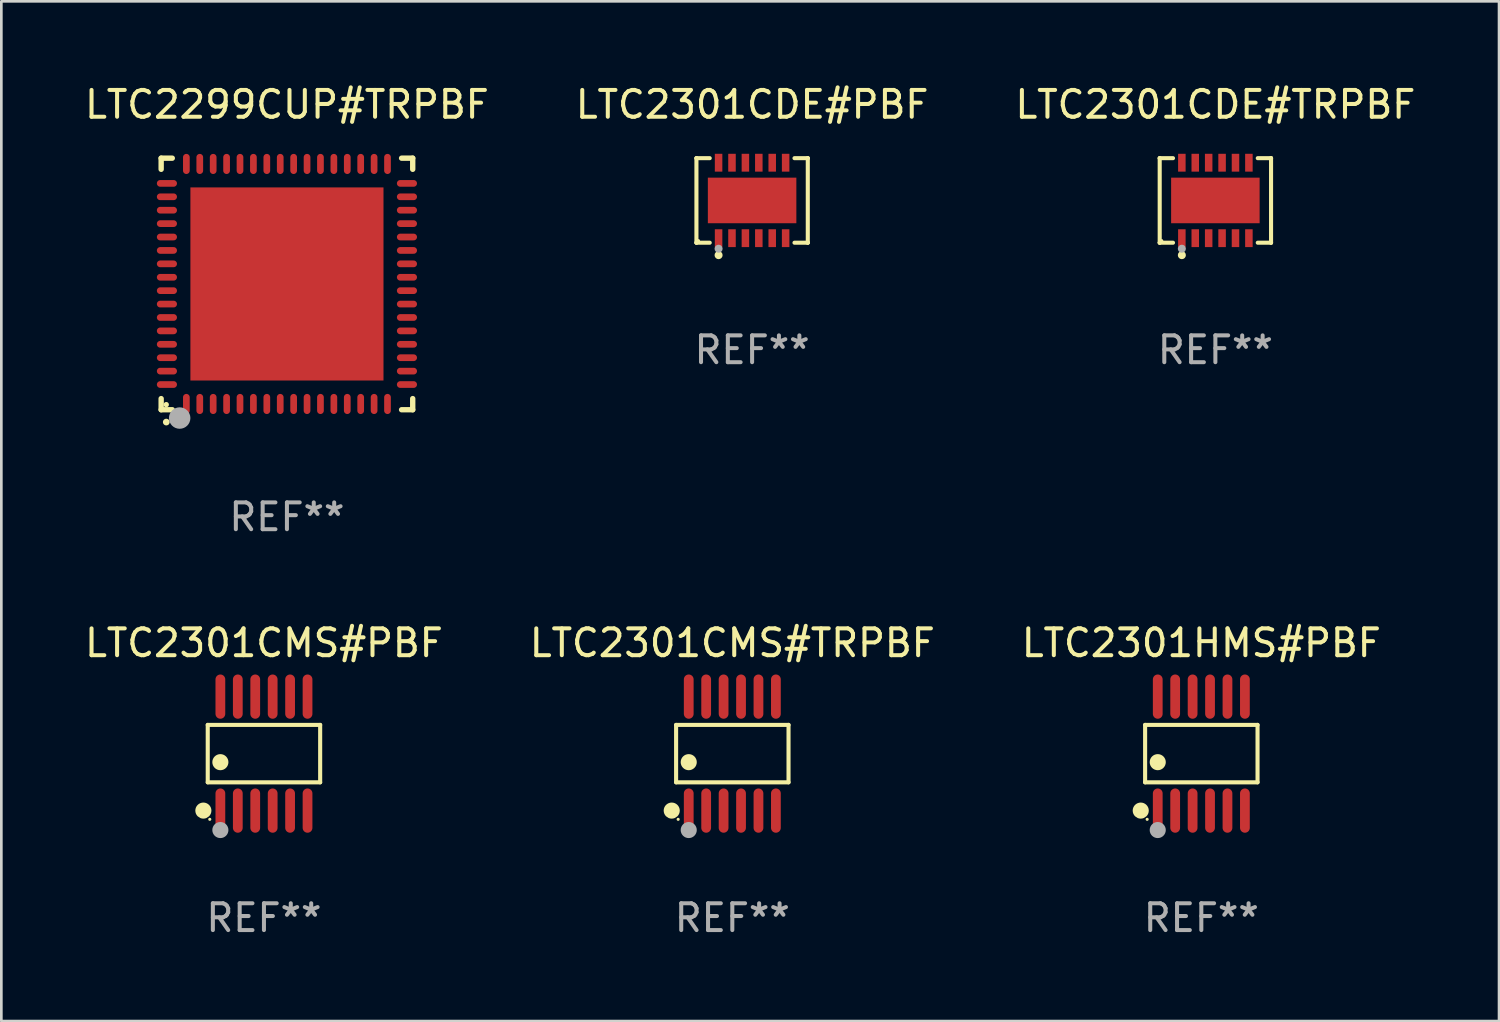
<source format=kicad_pcb>
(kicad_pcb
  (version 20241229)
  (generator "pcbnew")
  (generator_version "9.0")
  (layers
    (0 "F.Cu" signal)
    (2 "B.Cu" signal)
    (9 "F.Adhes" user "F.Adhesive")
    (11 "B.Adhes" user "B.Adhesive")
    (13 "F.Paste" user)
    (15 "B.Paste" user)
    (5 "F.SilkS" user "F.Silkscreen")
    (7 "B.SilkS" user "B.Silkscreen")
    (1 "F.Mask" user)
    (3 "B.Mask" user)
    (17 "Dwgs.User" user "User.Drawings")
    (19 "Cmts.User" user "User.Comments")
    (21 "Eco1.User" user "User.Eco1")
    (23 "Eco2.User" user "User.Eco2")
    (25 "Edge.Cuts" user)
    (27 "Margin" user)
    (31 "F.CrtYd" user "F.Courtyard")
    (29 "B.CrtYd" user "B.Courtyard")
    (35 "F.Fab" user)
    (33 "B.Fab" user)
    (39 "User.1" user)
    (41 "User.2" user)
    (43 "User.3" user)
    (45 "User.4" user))
  (footprint "LTC2301CMS#PBF"
    (layer "F.Cu")
    (at 6.792 25.05)
    (property "Reference" "LTC2301CMS#PBF" (at 0 -4.125 0) (layer "F.SilkS") (effects (font (size 1 1) (thickness 0.15))))
    (attr through_hole)
    (fp_line (start -2.096 -1.071) (end 2.096 -1.071) (stroke (width 0.152) (type solid)) (layer "F.SilkS"))
    (fp_line (start -2.096 1.071) (end -2.096 -1.071) (stroke (width 0.152) (type solid)) (layer "F.SilkS"))
    (fp_line (start 2.096 -1.071) (end 2.096 1.071) (stroke (width 0.152) (type solid)) (layer "F.SilkS"))
    (fp_line (start 2.096 1.071) (end -2.096 1.071) (stroke (width 0.152) (type solid)) (layer "F.SilkS"))
    (fp_circle (center -2.259 2.125) (end -2.109 2.125) (stroke (width 0.3) (type solid)) (fill no) (layer "F.SilkS"))
    (fp_circle (center -2.02 2.45) (end -1.99 2.45) (stroke (width 0.06) (type solid)) (fill no) (layer "F.SilkS"))
    (fp_circle (center -1.625 0.319) (end -1.475 0.319) (stroke (width 0.3) (type solid)) (fill no) (layer "F.SilkS"))
    (fp_circle (center -1.625 2.85) (end -1.475 2.85) (stroke (width 0.3) (type solid)) (fill no) (layer "F.Fab"))
    (fp_text user "REF**" (at 0 6.125 0) (layer "F.Fab") (effects (font (size 1 1) (thickness 0.15))))
    (pad "1" smd oval (at -1.625 2.125) (size 0.364 1.65) (layers "F.Cu" "F.Mask" "F.Paste"))
    (pad "2" smd oval (at -0.975 2.125) (size 0.364 1.65) (layers "F.Cu" "F.Mask" "F.Paste"))
    (pad "3" smd oval (at -0.325 2.125) (size 0.364 1.65) (layers "F.Cu" "F.Mask" "F.Paste"))
    (pad "4" smd oval (at 0.325 2.125) (size 0.364 1.65) (layers "F.Cu" "F.Mask" "F.Paste"))
    (pad "5" smd oval (at 0.975 2.125) (size 0.364 1.65) (layers "F.Cu" "F.Mask" "F.Paste"))
    (pad "6" smd oval (at 1.625 2.125) (size 0.364 1.65) (layers "F.Cu" "F.Mask" "F.Paste"))
    (pad "7" smd oval (at 1.625 -2.125) (size 0.364 1.65) (layers "F.Cu" "F.Mask" "F.Paste"))
    (pad "8" smd oval (at 0.975 -2.125) (size 0.364 1.65) (layers "F.Cu" "F.Mask" "F.Paste"))
    (pad "9" smd oval (at 0.325 -2.125) (size 0.364 1.65) (layers "F.Cu" "F.Mask" "F.Paste"))
    (pad "10" smd oval (at -0.325 -2.125) (size 0.364 1.65) (layers "F.Cu" "F.Mask" "F.Paste"))
    (pad "11" smd oval (at -0.975 -2.125) (size 0.364 1.65) (layers "F.Cu" "F.Mask" "F.Paste"))
    (pad "12" smd oval (at -1.625 -2.125) (size 0.364 1.65) (layers "F.Cu" "F.Mask" "F.Paste")))
  (footprint "LTC2299CUP#TRPBF"
    (layer "F.Cu")
    (at 7.649 7.538)
    (property "Reference" "LTC2299CUP#TRPBF" (at 0 -6.69 0) (layer "F.SilkS") (effects (font (size 1 1) (thickness 0.15))))
    (attr through_hole)
    (fp_line (start -4.69 -4.69) (end -4.275 -4.69) (stroke (width 0.2) (type solid)) (layer "F.SilkS"))
    (fp_line (start -4.69 -4.275) (end -4.69 -4.69) (stroke (width 0.2) (type solid)) (layer "F.SilkS"))
    (fp_line (start -4.69 4.69) (end -4.69 4.275) (stroke (width 0.2) (type solid)) (layer "F.SilkS"))
    (fp_line (start -4.275 4.69) (end -4.69 4.69) (stroke (width 0.2) (type solid)) (layer "F.SilkS"))
    (fp_line (start 4.275 4.69) (end 4.69 4.69) (stroke (width 0.2) (type solid)) (layer "F.SilkS"))
    (fp_line (start 4.69 -4.69) (end 4.275 -4.69) (stroke (width 0.2) (type solid)) (layer "F.SilkS"))
    (fp_line (start 4.69 -4.275) (end 4.69 -4.69) (stroke (width 0.2) (type solid)) (layer "F.SilkS"))
    (fp_line (start 4.69 4.69) (end 4.69 4.275) (stroke (width 0.2) (type solid)) (layer "F.SilkS"))
    (fp_arc (start -4.499886 5.15) (mid -4.498616 5.149994) (end -4.497346 5.15) (stroke (width 0.24892) (type solid)) (layer "F.SilkS"))
    (fp_circle (center -4.5 4.5) (end -4.45 4.5) (stroke (width 0.1) (type solid)) (fill no) (layer "F.SilkS"))
    (fp_circle (center -4 5) (end -3.8 5) (stroke (width 0.4) (type solid)) (fill no) (layer "F.Fab"))
    (fp_text user "REF**" (at 0 8.69 0) (layer "F.Fab") (effects (font (size 1 1) (thickness 0.15))))
    (pad "1" smd oval (at -3.75 4.475) (size 0.25 0.75) (layers "F.Cu" "F.Mask" "F.Paste"))
    (pad "2" smd oval (at -3.25 4.475) (size 0.25 0.75) (layers "F.Cu" "F.Mask" "F.Paste"))
    (pad "3" smd oval (at -2.75 4.475) (size 0.25 0.75) (layers "F.Cu" "F.Mask" "F.Paste"))
    (pad "4" smd oval (at -2.25 4.475) (size 0.25 0.75) (layers "F.Cu" "F.Mask" "F.Paste"))
    (pad "5" smd oval (at -1.75 4.475) (size 0.25 0.75) (layers "F.Cu" "F.Mask" "F.Paste"))
    (pad "6" smd oval (at -1.25 4.475) (size 0.25 0.75) (layers "F.Cu" "F.Mask" "F.Paste"))
    (pad "7" smd oval (at -0.75 4.475) (size 0.25 0.75) (layers "F.Cu" "F.Mask" "F.Paste"))
    (pad "8" smd oval (at -0.25 4.475) (size 0.25 0.75) (layers "F.Cu" "F.Mask" "F.Paste"))
    (pad "9" smd oval (at 0.25 4.475) (size 0.25 0.75) (layers "F.Cu" "F.Mask" "F.Paste"))
    (pad "10" smd oval (at 0.75 4.475) (size 0.25 0.75) (layers "F.Cu" "F.Mask" "F.Paste"))
    (pad "11" smd oval (at 1.25 4.475) (size 0.25 0.75) (layers "F.Cu" "F.Mask" "F.Paste"))
    (pad "12" smd oval (at 1.75 4.475) (size 0.25 0.75) (layers "F.Cu" "F.Mask" "F.Paste"))
    (pad "13" smd oval (at 2.25 4.475) (size 0.25 0.75) (layers "F.Cu" "F.Mask" "F.Paste"))
    (pad "14" smd oval (at 2.75 4.475) (size 0.25 0.75) (layers "F.Cu" "F.Mask" "F.Paste"))
    (pad "15" smd oval (at 3.25 4.475) (size 0.25 0.75) (layers "F.Cu" "F.Mask" "F.Paste"))
    (pad "16" smd oval (at 3.75 4.475) (size 0.25 0.75) (layers "F.Cu" "F.Mask" "F.Paste"))
    (pad "17" smd oval (at 4.475 3.75) (size 0.75 0.25) (layers "F.Cu" "F.Mask" "F.Paste"))
    (pad "18" smd oval (at 4.475 3.25) (size 0.75 0.25) (layers "F.Cu" "F.Mask" "F.Paste"))
    (pad "19" smd oval (at 4.475 2.75) (size 0.75 0.25) (layers "F.Cu" "F.Mask" "F.Paste"))
    (pad "20" smd oval (at 4.475 2.25) (size 0.75 0.25) (layers "F.Cu" "F.Mask" "F.Paste"))
    (pad "21" smd oval (at 4.475 1.75) (size 0.75 0.25) (layers "F.Cu" "F.Mask" "F.Paste"))
    (pad "22" smd oval (at 4.475 1.25) (size 0.75 0.25) (layers "F.Cu" "F.Mask" "F.Paste"))
    (pad "23" smd oval (at 4.475 0.75) (size 0.75 0.25) (layers "F.Cu" "F.Mask" "F.Paste"))
    (pad "24" smd oval (at 4.475 0.25) (size 0.75 0.25) (layers "F.Cu" "F.Mask" "F.Paste"))
    (pad "25" smd oval (at 4.475 -0.25) (size 0.75 0.25) (layers "F.Cu" "F.Mask" "F.Paste"))
    (pad "26" smd oval (at 4.475 -0.75) (size 0.75 0.25) (layers "F.Cu" "F.Mask" "F.Paste"))
    (pad "27" smd oval (at 4.475 -1.25) (size 0.75 0.25) (layers "F.Cu" "F.Mask" "F.Paste"))
    (pad "28" smd oval (at 4.475 -1.75) (size 0.75 0.25) (layers "F.Cu" "F.Mask" "F.Paste"))
    (pad "29" smd oval (at 4.475 -2.25) (size 0.75 0.25) (layers "F.Cu" "F.Mask" "F.Paste"))
    (pad "30" smd oval (at 4.475 -2.75) (size 0.75 0.25) (layers "F.Cu" "F.Mask" "F.Paste"))
    (pad "31" smd oval (at 4.475 -3.25) (size 0.75 0.25) (layers "F.Cu" "F.Mask" "F.Paste"))
    (pad "32" smd oval (at 4.475 -3.75) (size 0.75 0.25) (layers "F.Cu" "F.Mask" "F.Paste"))
    (pad "33" smd oval (at 3.75 -4.475) (size 0.25 0.75) (layers "F.Cu" "F.Mask" "F.Paste"))
    (pad "34" smd oval (at 3.25 -4.475) (size 0.25 0.75) (layers "F.Cu" "F.Mask" "F.Paste"))
    (pad "35" smd oval (at 2.75 -4.475) (size 0.25 0.75) (layers "F.Cu" "F.Mask" "F.Paste"))
    (pad "36" smd oval (at 2.25 -4.475) (size 0.25 0.75) (layers "F.Cu" "F.Mask" "F.Paste"))
    (pad "37" smd oval (at 1.75 -4.475) (size 0.25 0.75) (layers "F.Cu" "F.Mask" "F.Paste"))
    (pad "38" smd oval (at 1.25 -4.475) (size 0.25 0.75) (layers "F.Cu" "F.Mask" "F.Paste"))
    (pad "39" smd oval (at 0.75 -4.475) (size 0.25 0.75) (layers "F.Cu" "F.Mask" "F.Paste"))
    (pad "40" smd oval (at 0.25 -4.475) (size 0.25 0.75) (layers "F.Cu" "F.Mask" "F.Paste"))
    (pad "41" smd oval (at -0.25 -4.475) (size 0.25 0.75) (layers "F.Cu" "F.Mask" "F.Paste"))
    (pad "42" smd oval (at -0.75 -4.475) (size 0.25 0.75) (layers "F.Cu" "F.Mask" "F.Paste"))
    (pad "43" smd oval (at -1.25 -4.475) (size 0.25 0.75) (layers "F.Cu" "F.Mask" "F.Paste"))
    (pad "44" smd oval (at -1.75 -4.475) (size 0.25 0.75) (layers "F.Cu" "F.Mask" "F.Paste"))
    (pad "45" smd oval (at -2.25 -4.475) (size 0.25 0.75) (layers "F.Cu" "F.Mask" "F.Paste"))
    (pad "46" smd oval (at -2.75 -4.475) (size 0.25 0.75) (layers "F.Cu" "F.Mask" "F.Paste"))
    (pad "47" smd oval (at -3.25 -4.475) (size 0.25 0.75) (layers "F.Cu" "F.Mask" "F.Paste"))
    (pad "48" smd oval (at -3.75 -4.475) (size 0.25 0.75) (layers "F.Cu" "F.Mask" "F.Paste"))
    (pad "49" smd oval (at -4.475 -3.75) (size 0.75 0.25) (layers "F.Cu" "F.Mask" "F.Paste"))
    (pad "50" smd oval (at -4.475 -3.25) (size 0.75 0.25) (layers "F.Cu" "F.Mask" "F.Paste"))
    (pad "51" smd oval (at -4.475 -2.75) (size 0.75 0.25) (layers "F.Cu" "F.Mask" "F.Paste"))
    (pad "52" smd oval (at -4.475 -2.25) (size 0.75 0.25) (layers "F.Cu" "F.Mask" "F.Paste"))
    (pad "53" smd oval (at -4.475 -1.75) (size 0.75 0.25) (layers "F.Cu" "F.Mask" "F.Paste"))
    (pad "54" smd oval (at -4.475 -1.25) (size 0.75 0.25) (layers "F.Cu" "F.Mask" "F.Paste"))
    (pad "55" smd oval (at -4.475 -0.75) (size 0.75 0.25) (layers "F.Cu" "F.Mask" "F.Paste"))
    (pad "56" smd oval (at -4.475 -0.25) (size 0.75 0.25) (layers "F.Cu" "F.Mask" "F.Paste"))
    (pad "57" smd oval (at -4.475 0.25) (size 0.75 0.25) (layers "F.Cu" "F.Mask" "F.Paste"))
    (pad "58" smd oval (at -4.475 0.75) (size 0.75 0.25) (layers "F.Cu" "F.Mask" "F.Paste"))
    (pad "59" smd oval (at -4.475 1.25) (size 0.75 0.25) (layers "F.Cu" "F.Mask" "F.Paste"))
    (pad "60" smd oval (at -4.475 1.75) (size 0.75 0.25) (layers "F.Cu" "F.Mask" "F.Paste"))
    (pad "61" smd oval (at -4.475 2.25) (size 0.75 0.25) (layers "F.Cu" "F.Mask" "F.Paste"))
    (pad "62" smd oval (at -4.475 2.75) (size 0.75 0.25) (layers "F.Cu" "F.Mask" "F.Paste"))
    (pad "63" smd oval (at -4.475 3.25) (size 0.75 0.25) (layers "F.Cu" "F.Mask" "F.Paste"))
    (pad "64" smd oval (at -4.475 3.75) (size 0.75 0.25) (layers "F.Cu" "F.Mask" "F.Paste"))
    (pad "65" smd rect (at 0.000368 0.000013) (size 7.2 7.2) (layers "F.Cu" "F.Mask" "F.Paste")))
  (footprint "LTC2301HMS#PBF"
    (layer "F.Cu")
    (at 41.744 25.05)
    (property "Reference" "LTC2301HMS#PBF" (at 0 -4.125 0) (layer "F.SilkS") (effects (font (size 1 1) (thickness 0.15))))
    (attr through_hole)
    (fp_line (start -2.096 -1.071) (end 2.096 -1.071) (stroke (width 0.152) (type solid)) (layer "F.SilkS"))
    (fp_line (start -2.096 1.071) (end -2.096 -1.071) (stroke (width 0.152) (type solid)) (layer "F.SilkS"))
    (fp_line (start 2.096 -1.071) (end 2.096 1.071) (stroke (width 0.152) (type solid)) (layer "F.SilkS"))
    (fp_line (start 2.096 1.071) (end -2.096 1.071) (stroke (width 0.152) (type solid)) (layer "F.SilkS"))
    (fp_circle (center -2.259 2.125) (end -2.109 2.125) (stroke (width 0.3) (type solid)) (fill no) (layer "F.SilkS"))
    (fp_circle (center -2.02 2.45) (end -1.99 2.45) (stroke (width 0.06) (type solid)) (fill no) (layer "F.SilkS"))
    (fp_circle (center -1.625 0.319) (end -1.475 0.319) (stroke (width 0.3) (type solid)) (fill no) (layer "F.SilkS"))
    (fp_circle (center -1.625 2.85) (end -1.475 2.85) (stroke (width 0.3) (type solid)) (fill no) (layer "F.Fab"))
    (fp_text user "REF**" (at 0 6.125 0) (layer "F.Fab") (effects (font (size 1 1) (thickness 0.15))))
    (pad "1" smd oval (at -1.625 2.125) (size 0.364 1.65) (layers "F.Cu" "F.Mask" "F.Paste"))
    (pad "2" smd oval (at -0.975 2.125) (size 0.364 1.65) (layers "F.Cu" "F.Mask" "F.Paste"))
    (pad "3" smd oval (at -0.325 2.125) (size 0.364 1.65) (layers "F.Cu" "F.Mask" "F.Paste"))
    (pad "4" smd oval (at 0.325 2.125) (size 0.364 1.65) (layers "F.Cu" "F.Mask" "F.Paste"))
    (pad "5" smd oval (at 0.975 2.125) (size 0.364 1.65) (layers "F.Cu" "F.Mask" "F.Paste"))
    (pad "6" smd oval (at 1.625 2.125) (size 0.364 1.65) (layers "F.Cu" "F.Mask" "F.Paste"))
    (pad "7" smd oval (at 1.625 -2.125) (size 0.364 1.65) (layers "F.Cu" "F.Mask" "F.Paste"))
    (pad "8" smd oval (at 0.975 -2.125) (size 0.364 1.65) (layers "F.Cu" "F.Mask" "F.Paste"))
    (pad "9" smd oval (at 0.325 -2.125) (size 0.364 1.65) (layers "F.Cu" "F.Mask" "F.Paste"))
    (pad "10" smd oval (at -0.325 -2.125) (size 0.364 1.65) (layers "F.Cu" "F.Mask" "F.Paste"))
    (pad "11" smd oval (at -0.975 -2.125) (size 0.364 1.65) (layers "F.Cu" "F.Mask" "F.Paste"))
    (pad "12" smd oval (at -1.625 -2.125) (size 0.364 1.65) (layers "F.Cu" "F.Mask" "F.Paste")))
  (footprint "LTC2301CDE#PBF"
    (layer "F.Cu")
    (at 24.994 4.424)
    (property "Reference" "LTC2301CDE#PBF" (at 0 -3.576 0) (layer "F.SilkS") (effects (font (size 1 1) (thickness 0.15))))
    (attr through_hole)
    (fp_line (start -2.076 -1.576) (end -2.076 -1.576) (stroke (width 0.152) (type solid)) (layer "F.SilkS"))
    (fp_line (start -2.076 -1.576) (end -1.58 -1.576) (stroke (width 0.152) (type solid)) (layer "F.SilkS"))
    (fp_line (start -2.076 1.576) (end -2.076 -1.576) (stroke (width 0.152) (type solid)) (layer "F.SilkS"))
    (fp_line (start -2.076 1.576) (end -2.076 1.576) (stroke (width 0.152) (type solid)) (layer "F.SilkS"))
    (fp_line (start -1.58 1.576) (end -2.076 1.576) (stroke (width 0.152) (type solid)) (layer "F.SilkS"))
    (fp_line (start 1.58 1.576) (end 2.076 1.576) (stroke (width 0.152) (type solid)) (layer "F.SilkS"))
    (fp_line (start 2.076 -1.576) (end 1.58 -1.576) (stroke (width 0.152) (type solid)) (layer "F.SilkS"))
    (fp_line (start 2.076 -1.576) (end 2.076 -1.576) (stroke (width 0.152) (type solid)) (layer "F.SilkS"))
    (fp_line (start 2.076 1.576) (end 2.076 -1.576) (stroke (width 0.152) (type solid)) (layer "F.SilkS"))
    (fp_line (start 2.076 1.576) (end 2.076 1.576) (stroke (width 0.152) (type solid)) (layer "F.SilkS"))
    (fp_circle (center -2 1.5) (end -1.97 1.5) (stroke (width 0.06) (type solid)) (fill no) (layer "F.SilkS"))
    (fp_circle (center -1.25 2.04) (end -1.175 2.04) (stroke (width 0.15) (type solid)) (fill no) (layer "F.SilkS"))
    (fp_circle (center -1.25 1.8) (end -1.175 1.8) (stroke (width 0.15) (type solid)) (fill no) (layer "F.Fab"))
    (fp_text user "REF**" (at 0 5.576 0) (layer "F.Fab") (effects (font (size 1 1) (thickness 0.15))))
    (pad "1" smd rect (at -1.25 1.407) (size 0.28 0.665) (layers "F.Cu" "F.Mask" "F.Paste"))
    (pad "2" smd rect (at -0.75 1.407) (size 0.28 0.665) (layers "F.Cu" "F.Mask" "F.Paste"))
    (pad "3" smd rect (at -0.25 1.407) (size 0.28 0.665) (layers "F.Cu" "F.Mask" "F.Paste"))
    (pad "4" smd rect (at 0.25 1.407) (size 0.28 0.665) (layers "F.Cu" "F.Mask" "F.Paste"))
    (pad "5" smd rect (at 0.75 1.407) (size 0.28 0.665) (layers "F.Cu" "F.Mask" "F.Paste"))
    (pad "6" smd rect (at 1.25 1.407) (size 0.28 0.665) (layers "F.Cu" "F.Mask" "F.Paste"))
    (pad "7" smd rect (at 1.25 -1.407) (size 0.28 0.665) (layers "F.Cu" "F.Mask" "F.Paste"))
    (pad "8" smd rect (at 0.75 -1.407) (size 0.28 0.665) (layers "F.Cu" "F.Mask" "F.Paste"))
    (pad "9" smd rect (at 0.25 -1.407) (size 0.28 0.665) (layers "F.Cu" "F.Mask" "F.Paste"))
    (pad "10" smd rect (at -0.25 -1.407) (size 0.28 0.665) (layers "F.Cu" "F.Mask" "F.Paste"))
    (pad "11" smd rect (at -0.75 -1.407) (size 0.28 0.665) (layers "F.Cu" "F.Mask" "F.Paste"))
    (pad "12" smd rect (at -1.25 -1.407) (size 0.28 0.665) (layers "F.Cu" "F.Mask" "F.Paste"))
    (pad "13" smd rect (at 0 0) (size 3.3 1.7) (layers "F.Cu" "F.Mask" "F.Paste")))
  (footprint "LTC2301CMS#TRPBF"
    (layer "F.Cu")
    (at 24.256 25.05)
    (property "Reference" "LTC2301CMS#TRPBF" (at 0 -4.125 0) (layer "F.SilkS") (effects (font (size 1 1) (thickness 0.15))))
    (attr through_hole)
    (fp_line (start -2.096 -1.071) (end 2.096 -1.071) (stroke (width 0.152) (type solid)) (layer "F.SilkS"))
    (fp_line (start -2.096 1.071) (end -2.096 -1.071) (stroke (width 0.152) (type solid)) (layer "F.SilkS"))
    (fp_line (start 2.096 -1.071) (end 2.096 1.071) (stroke (width 0.152) (type solid)) (layer "F.SilkS"))
    (fp_line (start 2.096 1.071) (end -2.096 1.071) (stroke (width 0.152) (type solid)) (layer "F.SilkS"))
    (fp_circle (center -2.259 2.125) (end -2.109 2.125) (stroke (width 0.3) (type solid)) (fill no) (layer "F.SilkS"))
    (fp_circle (center -2.02 2.45) (end -1.99 2.45) (stroke (width 0.06) (type solid)) (fill no) (layer "F.SilkS"))
    (fp_circle (center -1.625 0.319) (end -1.475 0.319) (stroke (width 0.3) (type solid)) (fill no) (layer "F.SilkS"))
    (fp_circle (center -1.625 2.85) (end -1.475 2.85) (stroke (width 0.3) (type solid)) (fill no) (layer "F.Fab"))
    (fp_text user "REF**" (at 0 6.125 0) (layer "F.Fab") (effects (font (size 1 1) (thickness 0.15))))
    (pad "1" smd oval (at -1.625 2.125) (size 0.364 1.65) (layers "F.Cu" "F.Mask" "F.Paste"))
    (pad "2" smd oval (at -0.975 2.125) (size 0.364 1.65) (layers "F.Cu" "F.Mask" "F.Paste"))
    (pad "3" smd oval (at -0.325 2.125) (size 0.364 1.65) (layers "F.Cu" "F.Mask" "F.Paste"))
    (pad "4" smd oval (at 0.325 2.125) (size 0.364 1.65) (layers "F.Cu" "F.Mask" "F.Paste"))
    (pad "5" smd oval (at 0.975 2.125) (size 0.364 1.65) (layers "F.Cu" "F.Mask" "F.Paste"))
    (pad "6" smd oval (at 1.625 2.125) (size 0.364 1.65) (layers "F.Cu" "F.Mask" "F.Paste"))
    (pad "7" smd oval (at 1.625 -2.125) (size 0.364 1.65) (layers "F.Cu" "F.Mask" "F.Paste"))
    (pad "8" smd oval (at 0.975 -2.125) (size 0.364 1.65) (layers "F.Cu" "F.Mask" "F.Paste"))
    (pad "9" smd oval (at 0.325 -2.125) (size 0.364 1.65) (layers "F.Cu" "F.Mask" "F.Paste"))
    (pad "10" smd oval (at -0.325 -2.125) (size 0.364 1.65) (layers "F.Cu" "F.Mask" "F.Paste"))
    (pad "11" smd oval (at -0.975 -2.125) (size 0.364 1.65) (layers "F.Cu" "F.Mask" "F.Paste"))
    (pad "12" smd oval (at -1.625 -2.125) (size 0.364 1.65) (layers "F.Cu" "F.Mask" "F.Paste")))
  (footprint "LTC2301CDE#TRPBF"
    (layer "F.Cu")
    (at 42.268 4.424)
    (property "Reference" "LTC2301CDE#TRPBF" (at 0 -3.576 0) (layer "F.SilkS") (effects (font (size 1 1) (thickness 0.15))))
    (attr through_hole)
    (fp_line (start -2.076 -1.576) (end -2.076 -1.576) (stroke (width 0.152) (type solid)) (layer "F.SilkS"))
    (fp_line (start -2.076 -1.576) (end -1.58 -1.576) (stroke (width 0.152) (type solid)) (layer "F.SilkS"))
    (fp_line (start -2.076 1.576) (end -2.076 -1.576) (stroke (width 0.152) (type solid)) (layer "F.SilkS"))
    (fp_line (start -2.076 1.576) (end -2.076 1.576) (stroke (width 0.152) (type solid)) (layer "F.SilkS"))
    (fp_line (start -1.58 1.576) (end -2.076 1.576) (stroke (width 0.152) (type solid)) (layer "F.SilkS"))
    (fp_line (start 1.58 1.576) (end 2.076 1.576) (stroke (width 0.152) (type solid)) (layer "F.SilkS"))
    (fp_line (start 2.076 -1.576) (end 1.58 -1.576) (stroke (width 0.152) (type solid)) (layer "F.SilkS"))
    (fp_line (start 2.076 -1.576) (end 2.076 -1.576) (stroke (width 0.152) (type solid)) (layer "F.SilkS"))
    (fp_line (start 2.076 1.576) (end 2.076 -1.576) (stroke (width 0.152) (type solid)) (layer "F.SilkS"))
    (fp_line (start 2.076 1.576) (end 2.076 1.576) (stroke (width 0.152) (type solid)) (layer "F.SilkS"))
    (fp_circle (center -2 1.5) (end -1.97 1.5) (stroke (width 0.06) (type solid)) (fill no) (layer "F.SilkS"))
    (fp_circle (center -1.25 2.04) (end -1.175 2.04) (stroke (width 0.15) (type solid)) (fill no) (layer "F.SilkS"))
    (fp_circle (center -1.25 1.8) (end -1.175 1.8) (stroke (width 0.15) (type solid)) (fill no) (layer "F.Fab"))
    (fp_text user "REF**" (at 0 5.576 0) (layer "F.Fab") (effects (font (size 1 1) (thickness 0.15))))
    (pad "1" smd rect (at -1.25 1.407) (size 0.28 0.665) (layers "F.Cu" "F.Mask" "F.Paste"))
    (pad "2" smd rect (at -0.75 1.407) (size 0.28 0.665) (layers "F.Cu" "F.Mask" "F.Paste"))
    (pad "3" smd rect (at -0.25 1.407) (size 0.28 0.665) (layers "F.Cu" "F.Mask" "F.Paste"))
    (pad "4" smd rect (at 0.25 1.407) (size 0.28 0.665) (layers "F.Cu" "F.Mask" "F.Paste"))
    (pad "5" smd rect (at 0.75 1.407) (size 0.28 0.665) (layers "F.Cu" "F.Mask" "F.Paste"))
    (pad "6" smd rect (at 1.25 1.407) (size 0.28 0.665) (layers "F.Cu" "F.Mask" "F.Paste"))
    (pad "7" smd rect (at 1.25 -1.407) (size 0.28 0.665) (layers "F.Cu" "F.Mask" "F.Paste"))
    (pad "8" smd rect (at 0.75 -1.407) (size 0.28 0.665) (layers "F.Cu" "F.Mask" "F.Paste"))
    (pad "9" smd rect (at 0.25 -1.407) (size 0.28 0.665) (layers "F.Cu" "F.Mask" "F.Paste"))
    (pad "10" smd rect (at -0.25 -1.407) (size 0.28 0.665) (layers "F.Cu" "F.Mask" "F.Paste"))
    (pad "11" smd rect (at -0.75 -1.407) (size 0.28 0.665) (layers "F.Cu" "F.Mask" "F.Paste"))
    (pad "12" smd rect (at -1.25 -1.407) (size 0.28 0.665) (layers "F.Cu" "F.Mask" "F.Paste"))
    (pad "13" smd rect (at 0 0) (size 3.3 1.7) (layers "F.Cu" "F.Mask" "F.Paste")))
  (gr_rect
    (start -3 -3)
    (end 52.845 35.023)
    (stroke (width 0.1) (type default))
    (fill no)
    (layer "Edge.Cuts")))
</source>
